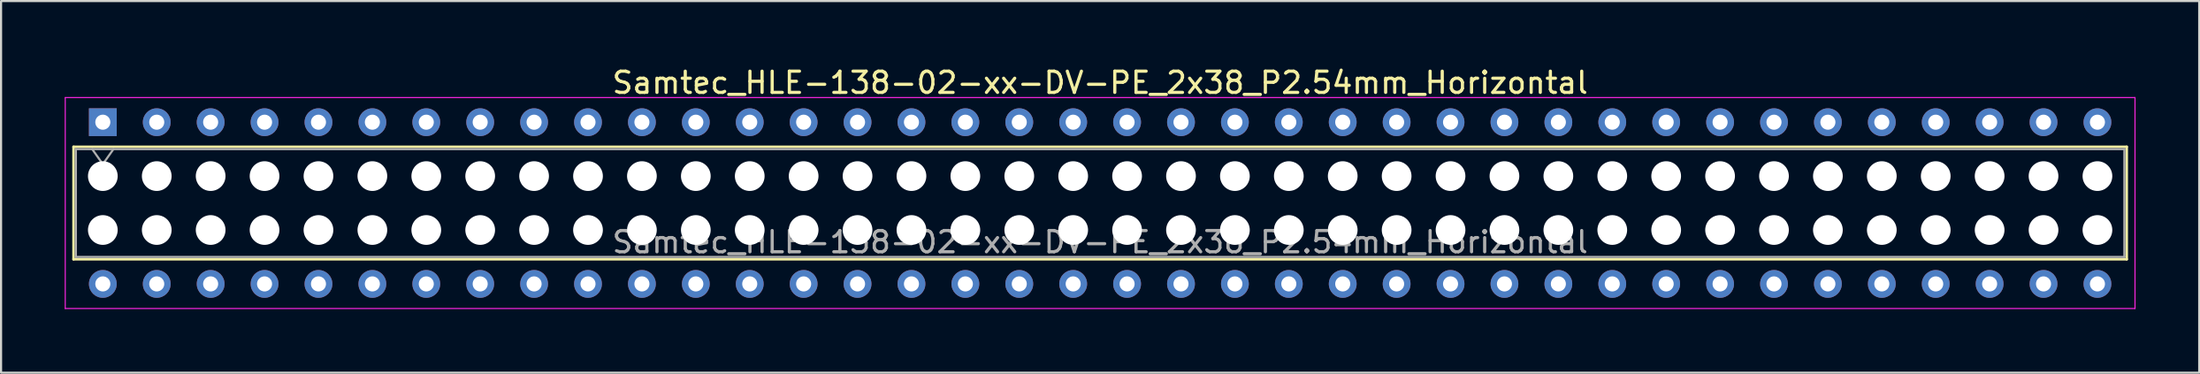
<source format=kicad_pcb>
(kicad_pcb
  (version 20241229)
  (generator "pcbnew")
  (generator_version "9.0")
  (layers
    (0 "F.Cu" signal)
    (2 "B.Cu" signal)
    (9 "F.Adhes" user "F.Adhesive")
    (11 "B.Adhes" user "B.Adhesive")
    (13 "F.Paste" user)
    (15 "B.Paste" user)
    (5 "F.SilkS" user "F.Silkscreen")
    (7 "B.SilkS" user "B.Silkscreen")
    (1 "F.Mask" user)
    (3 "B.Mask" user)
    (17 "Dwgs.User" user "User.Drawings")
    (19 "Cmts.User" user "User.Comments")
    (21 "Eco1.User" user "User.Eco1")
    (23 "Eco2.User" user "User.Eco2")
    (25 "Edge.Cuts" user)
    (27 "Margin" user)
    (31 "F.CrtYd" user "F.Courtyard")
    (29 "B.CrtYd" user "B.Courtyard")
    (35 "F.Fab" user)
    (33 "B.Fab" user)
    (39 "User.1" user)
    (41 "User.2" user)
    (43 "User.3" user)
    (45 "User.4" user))
  (footprint "Samtec_HLE-138-02-xx-DV-PE_2x38_P2.54mm_Horizontal"
    (layer "F.Cu")
    (at 1.795 2.708)
    (property "Reference" "Samtec_HLE-138-02-xx-DV-PE_2x38_P2.54mm_Horizontal" (at 46.99 -1.86 0) (layer "F.SilkS") (effects (font (size 1 1) (thickness 0.15))))
    (attr through_hole)
    (fp_line (start -1.38 1.16) (end 95.36 1.16) (stroke (width 0.12) (type solid)) (layer "F.SilkS"))
    (fp_line (start -1.38 6.46) (end -1.38 1.16) (stroke (width 0.12) (type solid)) (layer "F.SilkS"))
    (fp_line (start 95.36 1.16) (end 95.36 6.46) (stroke (width 0.12) (type solid)) (layer "F.SilkS"))
    (fp_line (start 95.36 6.46) (end -1.38 6.46) (stroke (width 0.12) (type solid)) (layer "F.SilkS"))
    (fp_line (start -1.77 -1.16) (end 95.75 -1.16) (stroke (width 0.05) (type solid)) (layer "F.CrtYd"))
    (fp_line (start -1.77 8.78) (end -1.77 -1.16) (stroke (width 0.05) (type solid)) (layer "F.CrtYd"))
    (fp_line (start 95.75 -1.16) (end 95.75 8.78) (stroke (width 0.05) (type solid)) (layer "F.CrtYd"))
    (fp_line (start 95.75 8.78) (end -1.77 8.78) (stroke (width 0.05) (type solid)) (layer "F.CrtYd"))
    (fp_line (start -1.27 1.27) (end 95.25 1.27) (stroke (width 0.1) (type solid)) (layer "F.Fab"))
    (fp_line (start -1.27 6.35) (end -1.27 1.27) (stroke (width 0.1) (type solid)) (layer "F.Fab"))
    (fp_line (start -0.5 1.27) (end 0 1.977) (stroke (width 0.1) (type solid)) (layer "F.Fab"))
    (fp_line (start 0 1.977) (end 0.5 1.27) (stroke (width 0.1) (type solid)) (layer "F.Fab"))
    (fp_line (start 95.25 1.27) (end 95.25 6.35) (stroke (width 0.1) (type solid)) (layer "F.Fab"))
    (fp_line (start 95.25 6.35) (end -1.27 6.35) (stroke (width 0.1) (type solid)) (layer "F.Fab"))
    (fp_text user "${REFERENCE}" (at 46.99 5.65 0) (layer "F.Fab") (effects (font (size 1 1) (thickness 0.15))))
    (pad "" np_thru_hole circle (at 0 2.54) (size 1.4 1.4) (drill 1.4) (layers "*.Cu" "*.Mask"))
    (pad "" np_thru_hole circle (at 0 5.08) (size 1.4 1.4) (drill 1.4) (layers "*.Cu" "*.Mask"))
    (pad "" np_thru_hole circle (at 2.54 2.54) (size 1.4 1.4) (drill 1.4) (layers "*.Cu" "*.Mask"))
    (pad "" np_thru_hole circle (at 2.54 5.08) (size 1.4 1.4) (drill 1.4) (layers "*.Cu" "*.Mask"))
    (pad "" np_thru_hole circle (at 5.08 2.54) (size 1.4 1.4) (drill 1.4) (layers "*.Cu" "*.Mask"))
    (pad "" np_thru_hole circle (at 5.08 5.08) (size 1.4 1.4) (drill 1.4) (layers "*.Cu" "*.Mask"))
    (pad "" np_thru_hole circle (at 7.62 2.54) (size 1.4 1.4) (drill 1.4) (layers "*.Cu" "*.Mask"))
    (pad "" np_thru_hole circle (at 7.62 5.08) (size 1.4 1.4) (drill 1.4) (layers "*.Cu" "*.Mask"))
    (pad "" np_thru_hole circle (at 10.16 2.54) (size 1.4 1.4) (drill 1.4) (layers "*.Cu" "*.Mask"))
    (pad "" np_thru_hole circle (at 10.16 5.08) (size 1.4 1.4) (drill 1.4) (layers "*.Cu" "*.Mask"))
    (pad "" np_thru_hole circle (at 12.7 2.54) (size 1.4 1.4) (drill 1.4) (layers "*.Cu" "*.Mask"))
    (pad "" np_thru_hole circle (at 12.7 5.08) (size 1.4 1.4) (drill 1.4) (layers "*.Cu" "*.Mask"))
    (pad "" np_thru_hole circle (at 15.24 2.54) (size 1.4 1.4) (drill 1.4) (layers "*.Cu" "*.Mask"))
    (pad "" np_thru_hole circle (at 15.24 5.08) (size 1.4 1.4) (drill 1.4) (layers "*.Cu" "*.Mask"))
    (pad "" np_thru_hole circle (at 17.78 2.54) (size 1.4 1.4) (drill 1.4) (layers "*.Cu" "*.Mask"))
    (pad "" np_thru_hole circle (at 17.78 5.08) (size 1.4 1.4) (drill 1.4) (layers "*.Cu" "*.Mask"))
    (pad "" np_thru_hole circle (at 20.32 2.54) (size 1.4 1.4) (drill 1.4) (layers "*.Cu" "*.Mask"))
    (pad "" np_thru_hole circle (at 20.32 5.08) (size 1.4 1.4) (drill 1.4) (layers "*.Cu" "*.Mask"))
    (pad "" np_thru_hole circle (at 22.86 2.54) (size 1.4 1.4) (drill 1.4) (layers "*.Cu" "*.Mask"))
    (pad "" np_thru_hole circle (at 22.86 5.08) (size 1.4 1.4) (drill 1.4) (layers "*.Cu" "*.Mask"))
    (pad "" np_thru_hole circle (at 25.4 2.54) (size 1.4 1.4) (drill 1.4) (layers "*.Cu" "*.Mask"))
    (pad "" np_thru_hole circle (at 25.4 5.08) (size 1.4 1.4) (drill 1.4) (layers "*.Cu" "*.Mask"))
    (pad "" np_thru_hole circle (at 27.94 2.54) (size 1.4 1.4) (drill 1.4) (layers "*.Cu" "*.Mask"))
    (pad "" np_thru_hole circle (at 27.94 5.08) (size 1.4 1.4) (drill 1.4) (layers "*.Cu" "*.Mask"))
    (pad "" np_thru_hole circle (at 30.48 2.54) (size 1.4 1.4) (drill 1.4) (layers "*.Cu" "*.Mask"))
    (pad "" np_thru_hole circle (at 30.48 5.08) (size 1.4 1.4) (drill 1.4) (layers "*.Cu" "*.Mask"))
    (pad "" np_thru_hole circle (at 33.02 2.54) (size 1.4 1.4) (drill 1.4) (layers "*.Cu" "*.Mask"))
    (pad "" np_thru_hole circle (at 33.02 5.08) (size 1.4 1.4) (drill 1.4) (layers "*.Cu" "*.Mask"))
    (pad "" np_thru_hole circle (at 35.56 2.54) (size 1.4 1.4) (drill 1.4) (layers "*.Cu" "*.Mask"))
    (pad "" np_thru_hole circle (at 35.56 5.08) (size 1.4 1.4) (drill 1.4) (layers "*.Cu" "*.Mask"))
    (pad "" np_thru_hole circle (at 38.1 2.54) (size 1.4 1.4) (drill 1.4) (layers "*.Cu" "*.Mask"))
    (pad "" np_thru_hole circle (at 38.1 5.08) (size 1.4 1.4) (drill 1.4) (layers "*.Cu" "*.Mask"))
    (pad "" np_thru_hole circle (at 40.64 2.54) (size 1.4 1.4) (drill 1.4) (layers "*.Cu" "*.Mask"))
    (pad "" np_thru_hole circle (at 40.64 5.08) (size 1.4 1.4) (drill 1.4) (layers "*.Cu" "*.Mask"))
    (pad "" np_thru_hole circle (at 43.18 2.54) (size 1.4 1.4) (drill 1.4) (layers "*.Cu" "*.Mask"))
    (pad "" np_thru_hole circle (at 43.18 5.08) (size 1.4 1.4) (drill 1.4) (layers "*.Cu" "*.Mask"))
    (pad "" np_thru_hole circle (at 45.72 2.54) (size 1.4 1.4) (drill 1.4) (layers "*.Cu" "*.Mask"))
    (pad "" np_thru_hole circle (at 45.72 5.08) (size 1.4 1.4) (drill 1.4) (layers "*.Cu" "*.Mask"))
    (pad "" np_thru_hole circle (at 48.26 2.54) (size 1.4 1.4) (drill 1.4) (layers "*.Cu" "*.Mask"))
    (pad "" np_thru_hole circle (at 48.26 5.08) (size 1.4 1.4) (drill 1.4) (layers "*.Cu" "*.Mask"))
    (pad "" np_thru_hole circle (at 50.8 2.54) (size 1.4 1.4) (drill 1.4) (layers "*.Cu" "*.Mask"))
    (pad "" np_thru_hole circle (at 50.8 5.08) (size 1.4 1.4) (drill 1.4) (layers "*.Cu" "*.Mask"))
    (pad "" np_thru_hole circle (at 53.34 2.54) (size 1.4 1.4) (drill 1.4) (layers "*.Cu" "*.Mask"))
    (pad "" np_thru_hole circle (at 53.34 5.08) (size 1.4 1.4) (drill 1.4) (layers "*.Cu" "*.Mask"))
    (pad "" np_thru_hole circle (at 55.88 2.54) (size 1.4 1.4) (drill 1.4) (layers "*.Cu" "*.Mask"))
    (pad "" np_thru_hole circle (at 55.88 5.08) (size 1.4 1.4) (drill 1.4) (layers "*.Cu" "*.Mask"))
    (pad "" np_thru_hole circle (at 58.42 2.54) (size 1.4 1.4) (drill 1.4) (layers "*.Cu" "*.Mask"))
    (pad "" np_thru_hole circle (at 58.42 5.08) (size 1.4 1.4) (drill 1.4) (layers "*.Cu" "*.Mask"))
    (pad "" np_thru_hole circle (at 60.96 2.54) (size 1.4 1.4) (drill 1.4) (layers "*.Cu" "*.Mask"))
    (pad "" np_thru_hole circle (at 60.96 5.08) (size 1.4 1.4) (drill 1.4) (layers "*.Cu" "*.Mask"))
    (pad "" np_thru_hole circle (at 63.5 2.54) (size 1.4 1.4) (drill 1.4) (layers "*.Cu" "*.Mask"))
    (pad "" np_thru_hole circle (at 63.5 5.08) (size 1.4 1.4) (drill 1.4) (layers "*.Cu" "*.Mask"))
    (pad "" np_thru_hole circle (at 66.04 2.54) (size 1.4 1.4) (drill 1.4) (layers "*.Cu" "*.Mask"))
    (pad "" np_thru_hole circle (at 66.04 5.08) (size 1.4 1.4) (drill 1.4) (layers "*.Cu" "*.Mask"))
    (pad "" np_thru_hole circle (at 68.58 2.54) (size 1.4 1.4) (drill 1.4) (layers "*.Cu" "*.Mask"))
    (pad "" np_thru_hole circle (at 68.58 5.08) (size 1.4 1.4) (drill 1.4) (layers "*.Cu" "*.Mask"))
    (pad "" np_thru_hole circle (at 71.12 2.54) (size 1.4 1.4) (drill 1.4) (layers "*.Cu" "*.Mask"))
    (pad "" np_thru_hole circle (at 71.12 5.08) (size 1.4 1.4) (drill 1.4) (layers "*.Cu" "*.Mask"))
    (pad "" np_thru_hole circle (at 73.66 2.54) (size 1.4 1.4) (drill 1.4) (layers "*.Cu" "*.Mask"))
    (pad "" np_thru_hole circle (at 73.66 5.08) (size 1.4 1.4) (drill 1.4) (layers "*.Cu" "*.Mask"))
    (pad "" np_thru_hole circle (at 76.2 2.54) (size 1.4 1.4) (drill 1.4) (layers "*.Cu" "*.Mask"))
    (pad "" np_thru_hole circle (at 76.2 5.08) (size 1.4 1.4) (drill 1.4) (layers "*.Cu" "*.Mask"))
    (pad "" np_thru_hole circle (at 78.74 2.54) (size 1.4 1.4) (drill 1.4) (layers "*.Cu" "*.Mask"))
    (pad "" np_thru_hole circle (at 78.74 5.08) (size 1.4 1.4) (drill 1.4) (layers "*.Cu" "*.Mask"))
    (pad "" np_thru_hole circle (at 81.28 2.54) (size 1.4 1.4) (drill 1.4) (layers "*.Cu" "*.Mask"))
    (pad "" np_thru_hole circle (at 81.28 5.08) (size 1.4 1.4) (drill 1.4) (layers "*.Cu" "*.Mask"))
    (pad "" np_thru_hole circle (at 83.82 2.54) (size 1.4 1.4) (drill 1.4) (layers "*.Cu" "*.Mask"))
    (pad "" np_thru_hole circle (at 83.82 5.08) (size 1.4 1.4) (drill 1.4) (layers "*.Cu" "*.Mask"))
    (pad "" np_thru_hole circle (at 86.36 2.54) (size 1.4 1.4) (drill 1.4) (layers "*.Cu" "*.Mask"))
    (pad "" np_thru_hole circle (at 86.36 5.08) (size 1.4 1.4) (drill 1.4) (layers "*.Cu" "*.Mask"))
    (pad "" np_thru_hole circle (at 88.9 2.54) (size 1.4 1.4) (drill 1.4) (layers "*.Cu" "*.Mask"))
    (pad "" np_thru_hole circle (at 88.9 5.08) (size 1.4 1.4) (drill 1.4) (layers "*.Cu" "*.Mask"))
    (pad "" np_thru_hole circle (at 91.44 2.54) (size 1.4 1.4) (drill 1.4) (layers "*.Cu" "*.Mask"))
    (pad "" np_thru_hole circle (at 91.44 5.08) (size 1.4 1.4) (drill 1.4) (layers "*.Cu" "*.Mask"))
    (pad "" np_thru_hole circle (at 93.98 2.54) (size 1.4 1.4) (drill 1.4) (layers "*.Cu" "*.Mask"))
    (pad "" np_thru_hole circle (at 93.98 5.08) (size 1.4 1.4) (drill 1.4) (layers "*.Cu" "*.Mask"))
    (pad "1" thru_hole rect (at 0 0) (size 1.31 1.31) (drill 0.71) (layers "*.Cu" "*.Mask"))
    (pad "2" thru_hole circle (at 0 7.62) (size 1.31 1.31) (drill 0.71) (layers "*.Cu" "*.Mask"))
    (pad "3" thru_hole circle (at 2.54 0) (size 1.31 1.31) (drill 0.71) (layers "*.Cu" "*.Mask"))
    (pad "4" thru_hole circle (at 2.54 7.62) (size 1.31 1.31) (drill 0.71) (layers "*.Cu" "*.Mask"))
    (pad "5" thru_hole circle (at 5.08 0) (size 1.31 1.31) (drill 0.71) (layers "*.Cu" "*.Mask"))
    (pad "6" thru_hole circle (at 5.08 7.62) (size 1.31 1.31) (drill 0.71) (layers "*.Cu" "*.Mask"))
    (pad "7" thru_hole circle (at 7.62 0) (size 1.31 1.31) (drill 0.71) (layers "*.Cu" "*.Mask"))
    (pad "8" thru_hole circle (at 7.62 7.62) (size 1.31 1.31) (drill 0.71) (layers "*.Cu" "*.Mask"))
    (pad "9" thru_hole circle (at 10.16 0) (size 1.31 1.31) (drill 0.71) (layers "*.Cu" "*.Mask"))
    (pad "10" thru_hole circle (at 10.16 7.62) (size 1.31 1.31) (drill 0.71) (layers "*.Cu" "*.Mask"))
    (pad "11" thru_hole circle (at 12.7 0) (size 1.31 1.31) (drill 0.71) (layers "*.Cu" "*.Mask"))
    (pad "12" thru_hole circle (at 12.7 7.62) (size 1.31 1.31) (drill 0.71) (layers "*.Cu" "*.Mask"))
    (pad "13" thru_hole circle (at 15.24 0) (size 1.31 1.31) (drill 0.71) (layers "*.Cu" "*.Mask"))
    (pad "14" thru_hole circle (at 15.24 7.62) (size 1.31 1.31) (drill 0.71) (layers "*.Cu" "*.Mask"))
    (pad "15" thru_hole circle (at 17.78 0) (size 1.31 1.31) (drill 0.71) (layers "*.Cu" "*.Mask"))
    (pad "16" thru_hole circle (at 17.78 7.62) (size 1.31 1.31) (drill 0.71) (layers "*.Cu" "*.Mask"))
    (pad "17" thru_hole circle (at 20.32 0) (size 1.31 1.31) (drill 0.71) (layers "*.Cu" "*.Mask"))
    (pad "18" thru_hole circle (at 20.32 7.62) (size 1.31 1.31) (drill 0.71) (layers "*.Cu" "*.Mask"))
    (pad "19" thru_hole circle (at 22.86 0) (size 1.31 1.31) (drill 0.71) (layers "*.Cu" "*.Mask"))
    (pad "20" thru_hole circle (at 22.86 7.62) (size 1.31 1.31) (drill 0.71) (layers "*.Cu" "*.Mask"))
    (pad "21" thru_hole circle (at 25.4 0) (size 1.31 1.31) (drill 0.71) (layers "*.Cu" "*.Mask"))
    (pad "22" thru_hole circle (at 25.4 7.62) (size 1.31 1.31) (drill 0.71) (layers "*.Cu" "*.Mask"))
    (pad "23" thru_hole circle (at 27.94 0) (size 1.31 1.31) (drill 0.71) (layers "*.Cu" "*.Mask"))
    (pad "24" thru_hole circle (at 27.94 7.62) (size 1.31 1.31) (drill 0.71) (layers "*.Cu" "*.Mask"))
    (pad "25" thru_hole circle (at 30.48 0) (size 1.31 1.31) (drill 0.71) (layers "*.Cu" "*.Mask"))
    (pad "26" thru_hole circle (at 30.48 7.62) (size 1.31 1.31) (drill 0.71) (layers "*.Cu" "*.Mask"))
    (pad "27" thru_hole circle (at 33.02 0) (size 1.31 1.31) (drill 0.71) (layers "*.Cu" "*.Mask"))
    (pad "28" thru_hole circle (at 33.02 7.62) (size 1.31 1.31) (drill 0.71) (layers "*.Cu" "*.Mask"))
    (pad "29" thru_hole circle (at 35.56 0) (size 1.31 1.31) (drill 0.71) (layers "*.Cu" "*.Mask"))
    (pad "30" thru_hole circle (at 35.56 7.62) (size 1.31 1.31) (drill 0.71) (layers "*.Cu" "*.Mask"))
    (pad "31" thru_hole circle (at 38.1 0) (size 1.31 1.31) (drill 0.71) (layers "*.Cu" "*.Mask"))
    (pad "32" thru_hole circle (at 38.1 7.62) (size 1.31 1.31) (drill 0.71) (layers "*.Cu" "*.Mask"))
    (pad "33" thru_hole circle (at 40.64 0) (size 1.31 1.31) (drill 0.71) (layers "*.Cu" "*.Mask"))
    (pad "34" thru_hole circle (at 40.64 7.62) (size 1.31 1.31) (drill 0.71) (layers "*.Cu" "*.Mask"))
    (pad "35" thru_hole circle (at 43.18 0) (size 1.31 1.31) (drill 0.71) (layers "*.Cu" "*.Mask"))
    (pad "36" thru_hole circle (at 43.18 7.62) (size 1.31 1.31) (drill 0.71) (layers "*.Cu" "*.Mask"))
    (pad "37" thru_hole circle (at 45.72 0) (size 1.31 1.31) (drill 0.71) (layers "*.Cu" "*.Mask"))
    (pad "38" thru_hole circle (at 45.72 7.62) (size 1.31 1.31) (drill 0.71) (layers "*.Cu" "*.Mask"))
    (pad "39" thru_hole circle (at 48.26 0) (size 1.31 1.31) (drill 0.71) (layers "*.Cu" "*.Mask"))
    (pad "40" thru_hole circle (at 48.26 7.62) (size 1.31 1.31) (drill 0.71) (layers "*.Cu" "*.Mask"))
    (pad "41" thru_hole circle (at 50.8 0) (size 1.31 1.31) (drill 0.71) (layers "*.Cu" "*.Mask"))
    (pad "42" thru_hole circle (at 50.8 7.62) (size 1.31 1.31) (drill 0.71) (layers "*.Cu" "*.Mask"))
    (pad "43" thru_hole circle (at 53.34 0) (size 1.31 1.31) (drill 0.71) (layers "*.Cu" "*.Mask"))
    (pad "44" thru_hole circle (at 53.34 7.62) (size 1.31 1.31) (drill 0.71) (layers "*.Cu" "*.Mask"))
    (pad "45" thru_hole circle (at 55.88 0) (size 1.31 1.31) (drill 0.71) (layers "*.Cu" "*.Mask"))
    (pad "46" thru_hole circle (at 55.88 7.62) (size 1.31 1.31) (drill 0.71) (layers "*.Cu" "*.Mask"))
    (pad "47" thru_hole circle (at 58.42 0) (size 1.31 1.31) (drill 0.71) (layers "*.Cu" "*.Mask"))
    (pad "48" thru_hole circle (at 58.42 7.62) (size 1.31 1.31) (drill 0.71) (layers "*.Cu" "*.Mask"))
    (pad "49" thru_hole circle (at 60.96 0) (size 1.31 1.31) (drill 0.71) (layers "*.Cu" "*.Mask"))
    (pad "50" thru_hole circle (at 60.96 7.62) (size 1.31 1.31) (drill 0.71) (layers "*.Cu" "*.Mask"))
    (pad "51" thru_hole circle (at 63.5 0) (size 1.31 1.31) (drill 0.71) (layers "*.Cu" "*.Mask"))
    (pad "52" thru_hole circle (at 63.5 7.62) (size 1.31 1.31) (drill 0.71) (layers "*.Cu" "*.Mask"))
    (pad "53" thru_hole circle (at 66.04 0) (size 1.31 1.31) (drill 0.71) (layers "*.Cu" "*.Mask"))
    (pad "54" thru_hole circle (at 66.04 7.62) (size 1.31 1.31) (drill 0.71) (layers "*.Cu" "*.Mask"))
    (pad "55" thru_hole circle (at 68.58 0) (size 1.31 1.31) (drill 0.71) (layers "*.Cu" "*.Mask"))
    (pad "56" thru_hole circle (at 68.58 7.62) (size 1.31 1.31) (drill 0.71) (layers "*.Cu" "*.Mask"))
    (pad "57" thru_hole circle (at 71.12 0) (size 1.31 1.31) (drill 0.71) (layers "*.Cu" "*.Mask"))
    (pad "58" thru_hole circle (at 71.12 7.62) (size 1.31 1.31) (drill 0.71) (layers "*.Cu" "*.Mask"))
    (pad "59" thru_hole circle (at 73.66 0) (size 1.31 1.31) (drill 0.71) (layers "*.Cu" "*.Mask"))
    (pad "60" thru_hole circle (at 73.66 7.62) (size 1.31 1.31) (drill 0.71) (layers "*.Cu" "*.Mask"))
    (pad "61" thru_hole circle (at 76.2 0) (size 1.31 1.31) (drill 0.71) (layers "*.Cu" "*.Mask"))
    (pad "62" thru_hole circle (at 76.2 7.62) (size 1.31 1.31) (drill 0.71) (layers "*.Cu" "*.Mask"))
    (pad "63" thru_hole circle (at 78.74 0) (size 1.31 1.31) (drill 0.71) (layers "*.Cu" "*.Mask"))
    (pad "64" thru_hole circle (at 78.74 7.62) (size 1.31 1.31) (drill 0.71) (layers "*.Cu" "*.Mask"))
    (pad "65" thru_hole circle (at 81.28 0) (size 1.31 1.31) (drill 0.71) (layers "*.Cu" "*.Mask"))
    (pad "66" thru_hole circle (at 81.28 7.62) (size 1.31 1.31) (drill 0.71) (layers "*.Cu" "*.Mask"))
    (pad "67" thru_hole circle (at 83.82 0) (size 1.31 1.31) (drill 0.71) (layers "*.Cu" "*.Mask"))
    (pad "68" thru_hole circle (at 83.82 7.62) (size 1.31 1.31) (drill 0.71) (layers "*.Cu" "*.Mask"))
    (pad "69" thru_hole circle (at 86.36 0) (size 1.31 1.31) (drill 0.71) (layers "*.Cu" "*.Mask"))
    (pad "70" thru_hole circle (at 86.36 7.62) (size 1.31 1.31) (drill 0.71) (layers "*.Cu" "*.Mask"))
    (pad "71" thru_hole circle (at 88.9 0) (size 1.31 1.31) (drill 0.71) (layers "*.Cu" "*.Mask"))
    (pad "72" thru_hole circle (at 88.9 7.62) (size 1.31 1.31) (drill 0.71) (layers "*.Cu" "*.Mask"))
    (pad "73" thru_hole circle (at 91.44 0) (size 1.31 1.31) (drill 0.71) (layers "*.Cu" "*.Mask"))
    (pad "74" thru_hole circle (at 91.44 7.62) (size 1.31 1.31) (drill 0.71) (layers "*.Cu" "*.Mask"))
    (pad "75" thru_hole circle (at 93.98 0) (size 1.31 1.31) (drill 0.71) (layers "*.Cu" "*.Mask"))
    (pad "76" thru_hole circle (at 93.98 7.62) (size 1.31 1.31) (drill 0.71) (layers "*.Cu" "*.Mask")))
  (gr_rect
    (start -3 -3)
    (end 100.57 14.513)
    (stroke (width 0.1) (type default))
    (fill no)
    (layer "Edge.Cuts")))
</source>
